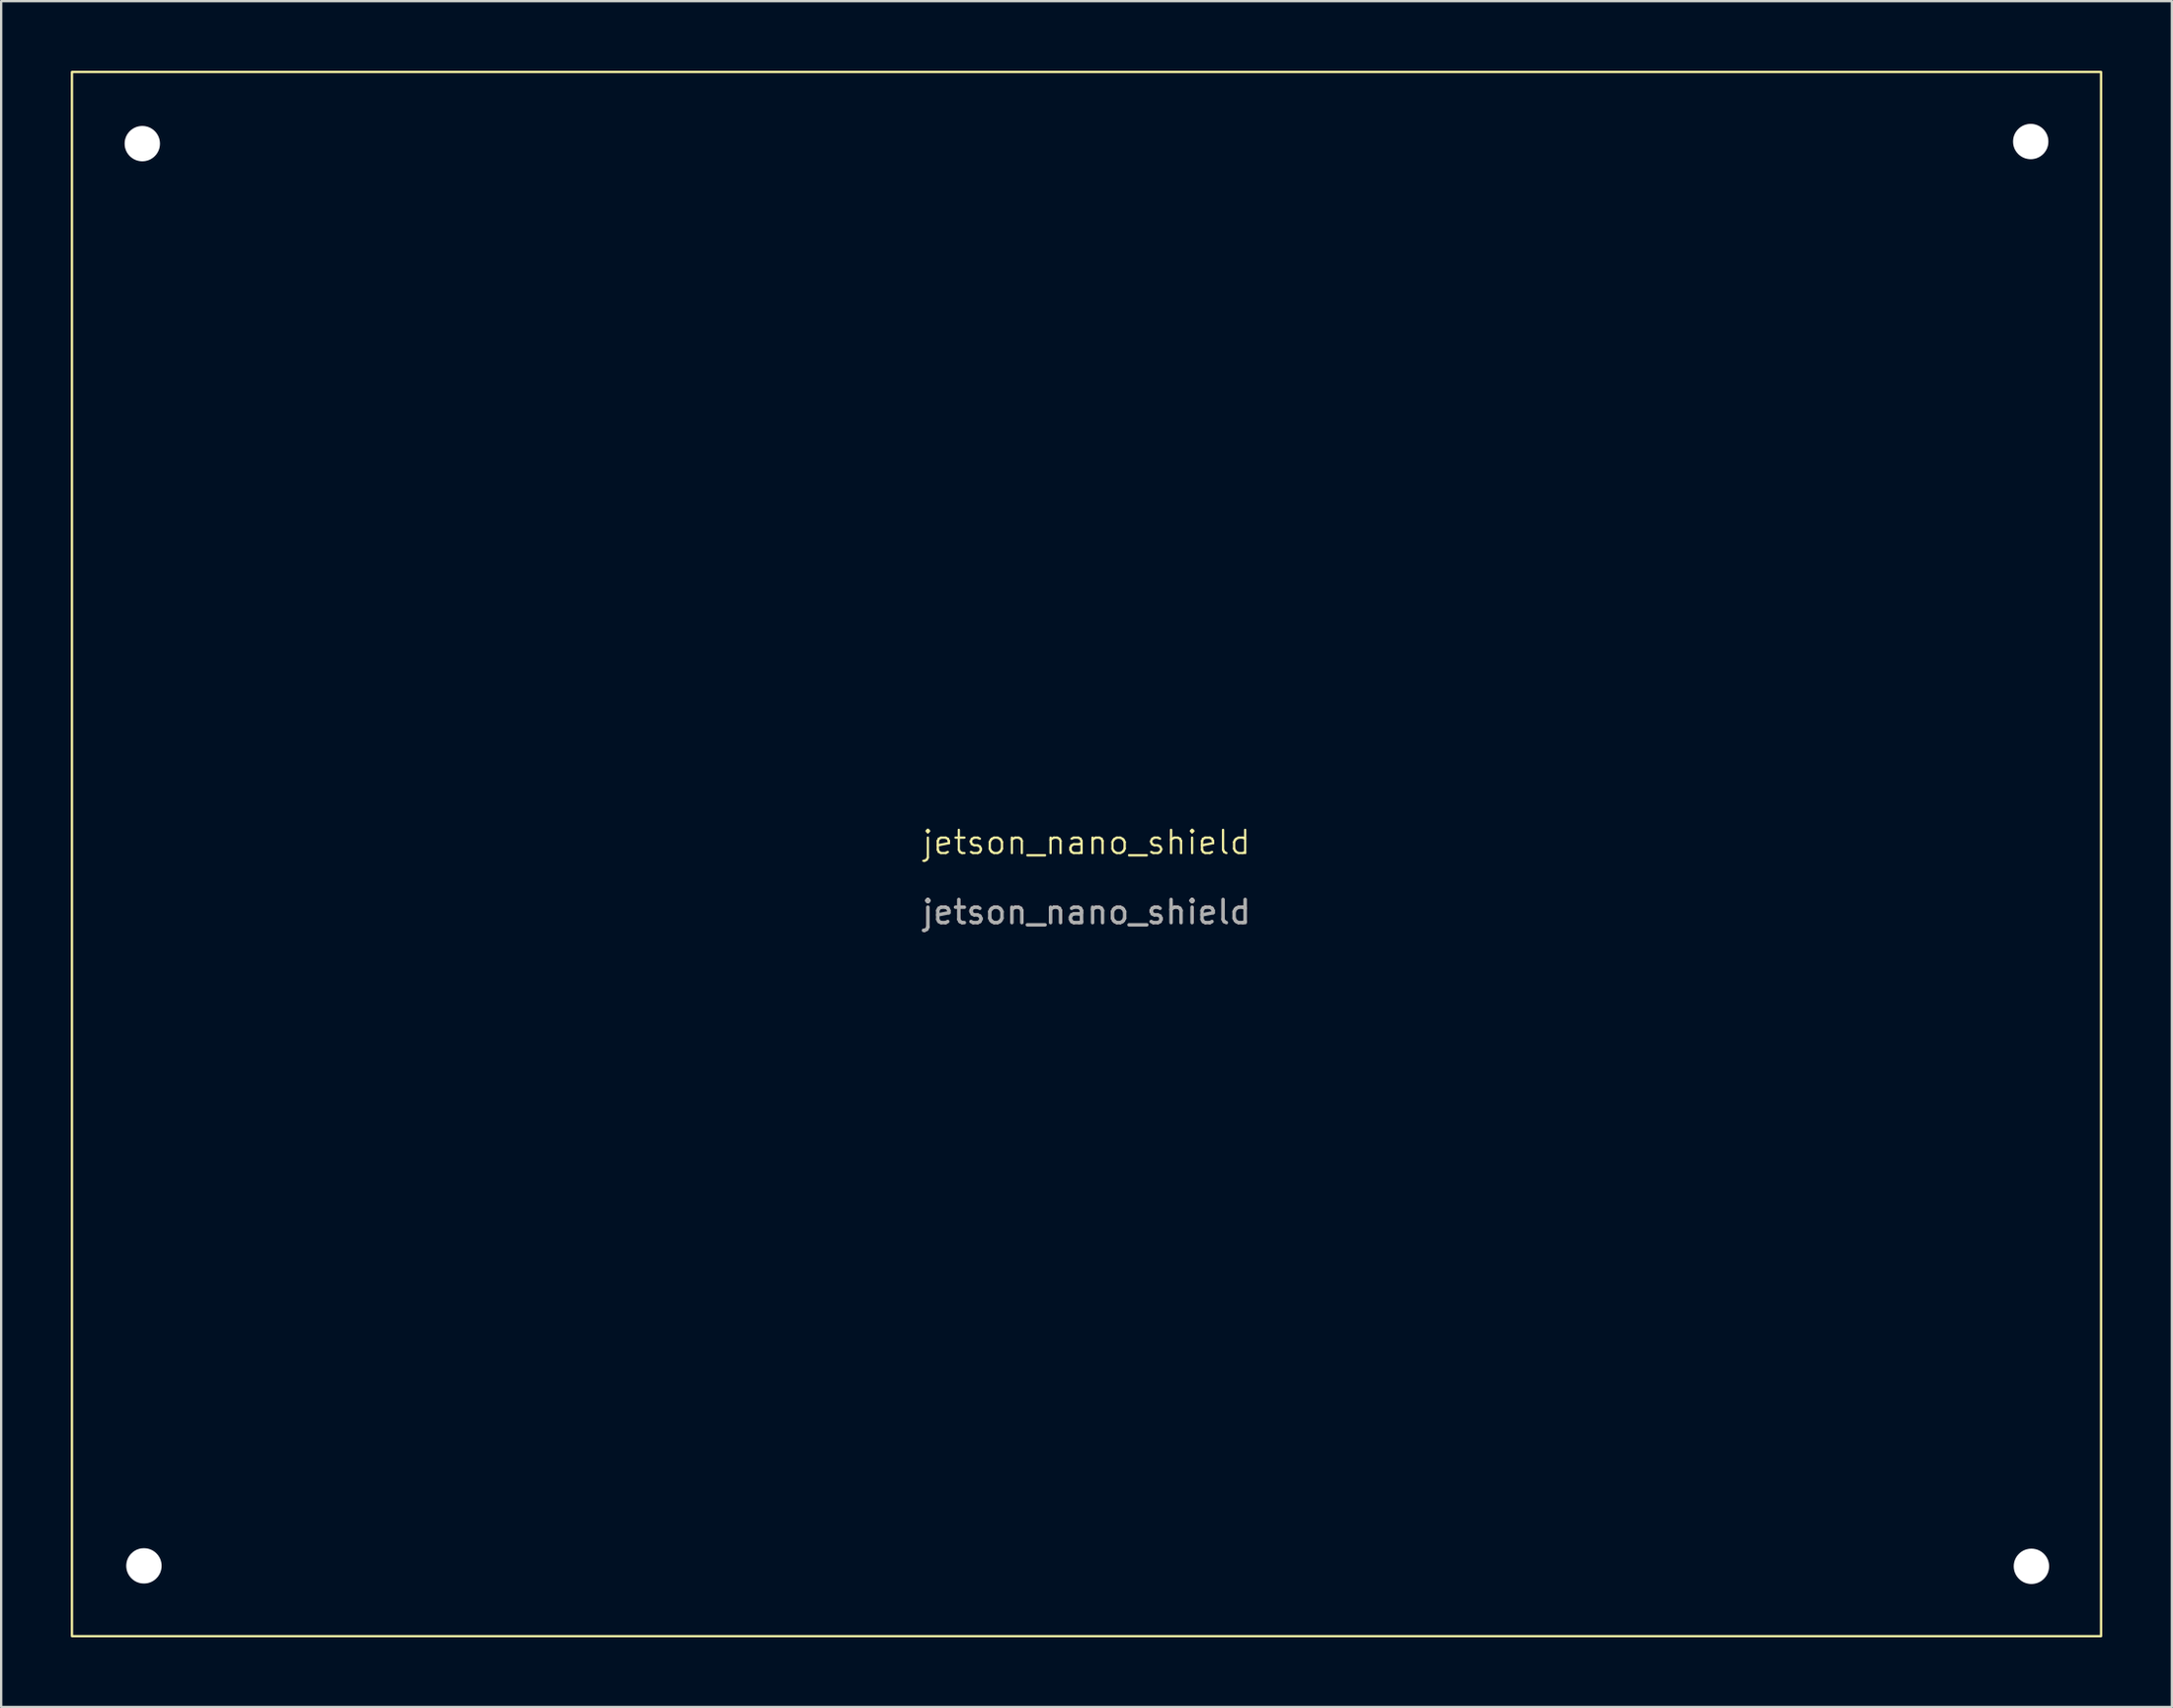
<source format=kicad_pcb>
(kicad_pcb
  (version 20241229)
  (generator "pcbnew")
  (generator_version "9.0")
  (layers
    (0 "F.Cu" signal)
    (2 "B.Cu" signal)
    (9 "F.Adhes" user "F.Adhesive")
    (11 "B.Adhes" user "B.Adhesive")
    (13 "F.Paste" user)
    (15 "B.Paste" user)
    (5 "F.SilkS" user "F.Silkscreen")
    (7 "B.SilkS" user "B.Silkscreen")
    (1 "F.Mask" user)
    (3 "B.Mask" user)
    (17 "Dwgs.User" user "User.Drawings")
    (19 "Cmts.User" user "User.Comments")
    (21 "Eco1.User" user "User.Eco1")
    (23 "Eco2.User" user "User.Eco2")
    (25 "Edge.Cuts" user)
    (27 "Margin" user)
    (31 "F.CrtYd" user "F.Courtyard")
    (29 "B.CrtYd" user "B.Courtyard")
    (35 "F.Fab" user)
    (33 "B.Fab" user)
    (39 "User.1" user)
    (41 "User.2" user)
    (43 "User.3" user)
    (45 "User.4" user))
  (footprint "jetson_nano_shield"
    (layer "F.Cu")
    (at 43.75 33.75)
    (property "Reference" "jetson_nano_shield" (at 0 -0.5 0) (unlocked yes) (layer "F.SilkS") (effects (font (size 1 1) (thickness 0.1))))
    (fp_rect (start -43.7 -33.7) (end 43.7 33.7) (stroke (width 0.1) (type default)) (fill no) (layer "F.SilkS"))
    (fp_text user "${REFERENCE}" (at 0 2.5 0) (unlocked yes) (layer "F.Fab") (effects (font (size 1 1) (thickness 0.15))))
    (pad "" np_thru_hole circle (at -40.67 -30.61) (size 1.524 1.524) (drill 4.1) (layers "*.Cu" "*.Mask"))
    (pad "" np_thru_hole circle (at -40.6 30.67) (size 1.524 1.524) (drill 4.1) (layers "*.Cu" "*.Mask"))
    (pad "" np_thru_hole circle (at 40.67 -30.7) (size 1.524 1.524) (drill 4.1) (layers "*.Cu" "*.Mask"))
    (pad "" np_thru_hole circle (at 40.7 30.69) (size 1.524 1.524) (drill 4.1) (layers "*.Cu" "*.Mask")))
  (gr_rect
    (start -3 -3)
    (end 90.5 70.5)
    (stroke (width 0.1) (type default))
    (fill no)
    (layer "Edge.Cuts")))
</source>
